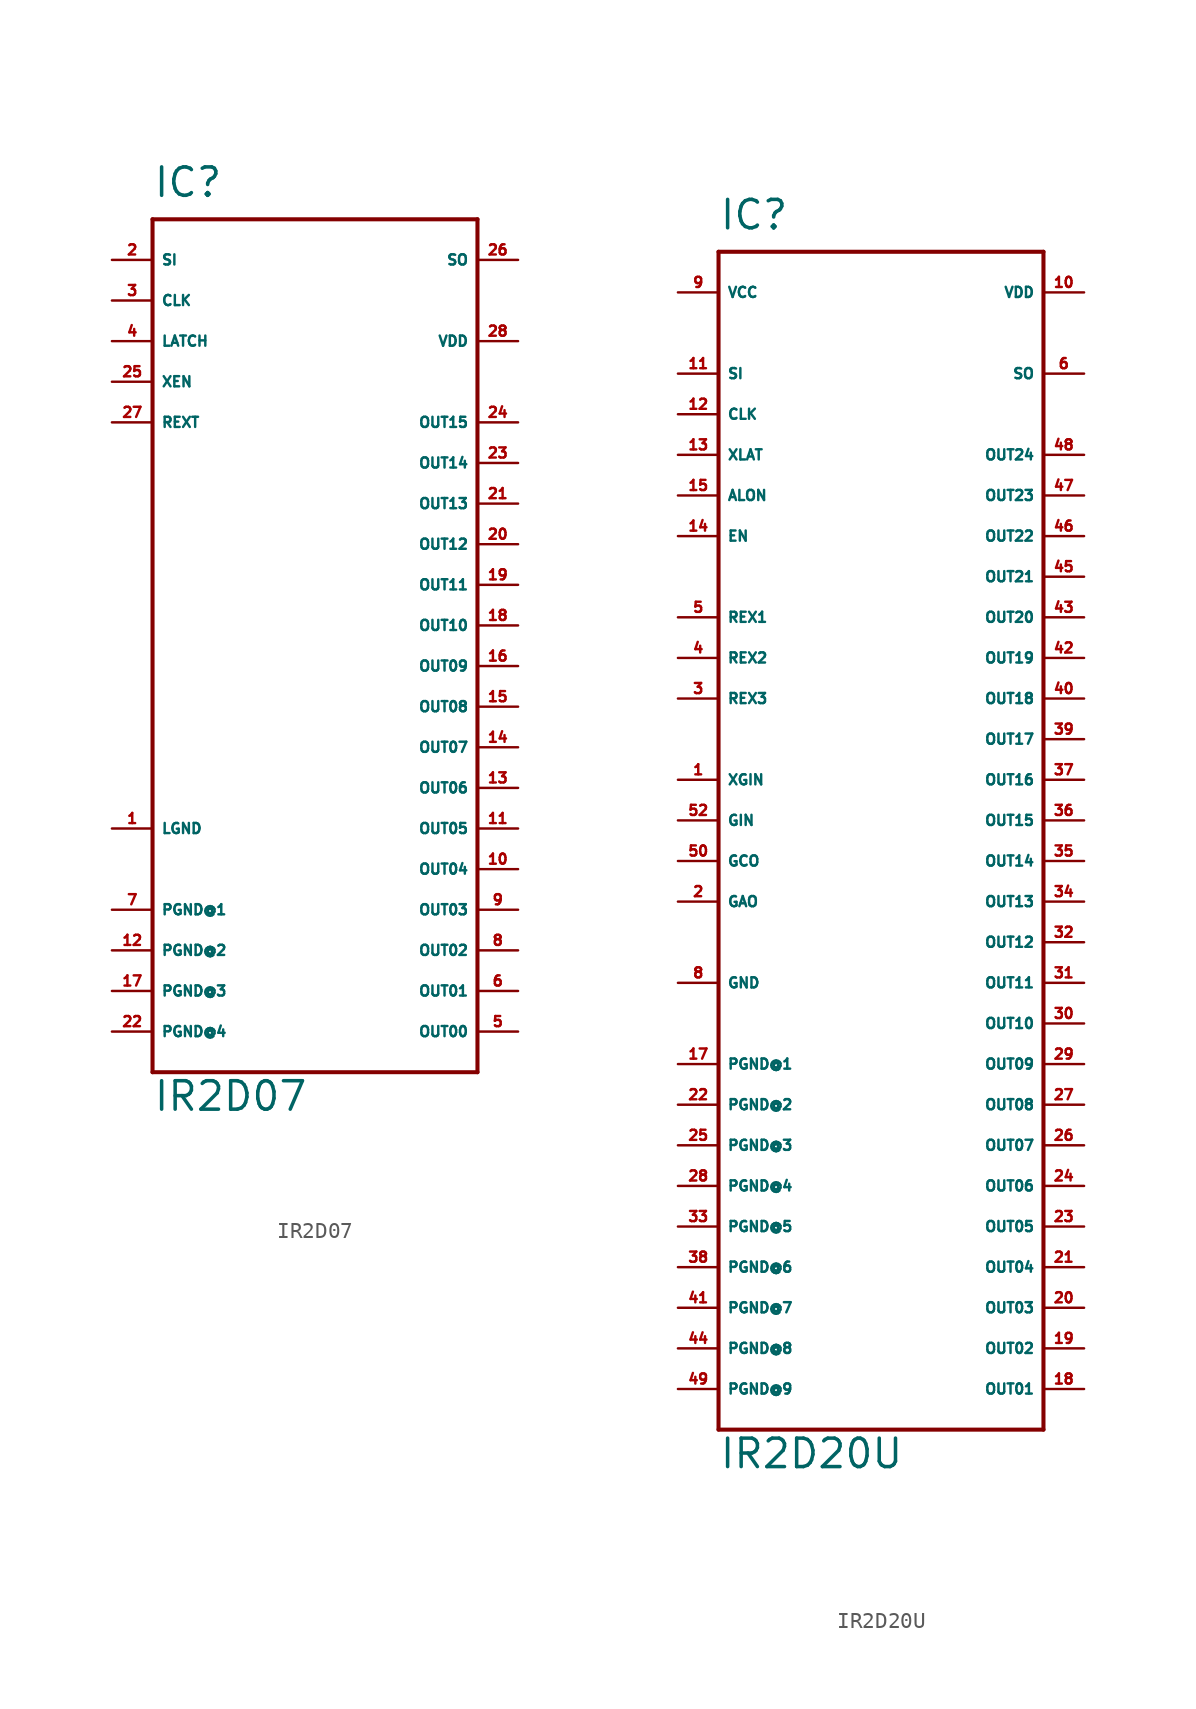
<source format=kicad_sym>
(kicad_symbol_lib
  (version 20220914)
  (generator Eagle2Kicad)
  (symbol "IR2D07"
    (property "Reference" "IC"
      (at -10.16 26.67 0)
      (effects (font (size 1.778 1.778) (thickness 0.22)) (justify left bottom)))
    (property "Value" "IR2D07"
      (at -10.16 -30.48 0)
      (effects (font (size 1.778 1.778) (thickness 0.22)) (justify left bottom)))
    (polyline
      (pts (xy -10.16 25.4) (xy 10.16 25.4))
      (stroke (width 0.254) (type default))
      (fill (type none)))
    (polyline
      (pts (xy 10.16 25.4) (xy 10.16 -27.94))
      (stroke (width 0.254) (type default))
      (fill (type none)))
    (polyline
      (pts (xy 10.16 -27.94) (xy -10.16 -27.94))
      (stroke (width 0.254) (type default))
      (fill (type none)))
    (polyline
      (pts (xy -10.16 -27.94) (xy -10.16 25.4))
      (stroke (width 0.254) (type default))
      (fill (type none)))
    (pin input line
      (at -12.7 22.86 0)
      (length 2.54)
      (name "SI" (effects (font (size 0.635 0.635) (thickness 0.08)) (justify left bottom)))
      (number "2" (effects (font (size 0.635 0.635) (thickness 0.08)) (justify left bottom))))
    (pin output line
      (at 12.7 22.86 180)
      (length 2.54)
      (name "SO" (effects (font (size 0.635 0.635) (thickness 0.08)) (justify left bottom)))
      (number "26" (effects (font (size 0.635 0.635) (thickness 0.08)) (justify left bottom))))
    (pin input line
      (at -12.7 20.32 0)
      (length 2.54)
      (name "CLK" (effects (font (size 0.635 0.635) (thickness 0.08)) (justify left bottom)))
      (number "3" (effects (font (size 0.635 0.635) (thickness 0.08)) (justify left bottom))))
    (pin input line
      (at -12.7 17.78 0)
      (length 2.54)
      (name "LATCH" (effects (font (size 0.635 0.635) (thickness 0.08)) (justify left bottom)))
      (number "4" (effects (font (size 0.635 0.635) (thickness 0.08)) (justify left bottom))))
    (pin input line
      (at -12.7 15.24 0)
      (length 2.54)
      (name "XEN" (effects (font (size 0.635 0.635) (thickness 0.08)) (justify left bottom)))
      (number "25" (effects (font (size 0.635 0.635) (thickness 0.08)) (justify left bottom))))
    (pin input line
      (at -12.7 12.7 0)
      (length 2.54)
      (name "REXT" (effects (font (size 0.635 0.635) (thickness 0.08)) (justify left bottom)))
      (number "27" (effects (font (size 0.635 0.635) (thickness 0.08)) (justify left bottom))))
    (pin output line
      (at 12.7 -25.4 180)
      (length 2.54)
      (name "OUT00" (effects (font (size 0.635 0.635) (thickness 0.08)) (justify left bottom)))
      (number "5" (effects (font (size 0.635 0.635) (thickness 0.08)) (justify left bottom))))
    (pin unspecified line
      (at 12.7 17.78 180)
      (length 2.54)
      (name "VDD" (effects (font (size 0.635 0.635) (thickness 0.08)) (justify left bottom)))
      (number "28" (effects (font (size 0.635 0.635) (thickness 0.08)) (justify left bottom))))
    (pin unspecified line
      (at -12.7 -12.7 0)
      (length 2.54)
      (name "LGND" (effects (font (size 0.635 0.635) (thickness 0.08)) (justify left bottom)))
      (number "1" (effects (font (size 0.635 0.635) (thickness 0.08)) (justify left bottom))))
    (pin unspecified line
      (at -12.7 -17.78 0)
      (length 2.54)
      (name "PGND@1" (effects (font (size 0.635 0.635) (thickness 0.08)) (justify left bottom)))
      (number "7" (effects (font (size 0.635 0.635) (thickness 0.08)) (justify left bottom))))
    (pin output line
      (at 12.7 -22.86 180)
      (length 2.54)
      (name "OUT01" (effects (font (size 0.635 0.635) (thickness 0.08)) (justify left bottom)))
      (number "6" (effects (font (size 0.635 0.635) (thickness 0.08)) (justify left bottom))))
    (pin output line
      (at 12.7 -20.32 180)
      (length 2.54)
      (name "OUT02" (effects (font (size 0.635 0.635) (thickness 0.08)) (justify left bottom)))
      (number "8" (effects (font (size 0.635 0.635) (thickness 0.08)) (justify left bottom))))
    (pin output line
      (at 12.7 -17.78 180)
      (length 2.54)
      (name "OUT03" (effects (font (size 0.635 0.635) (thickness 0.08)) (justify left bottom)))
      (number "9" (effects (font (size 0.635 0.635) (thickness 0.08)) (justify left bottom))))
    (pin output line
      (at 12.7 -15.24 180)
      (length 2.54)
      (name "OUT04" (effects (font (size 0.635 0.635) (thickness 0.08)) (justify left bottom)))
      (number "10" (effects (font (size 0.635 0.635) (thickness 0.08)) (justify left bottom))))
    (pin output line
      (at 12.7 -12.7 180)
      (length 2.54)
      (name "OUT05" (effects (font (size 0.635 0.635) (thickness 0.08)) (justify left bottom)))
      (number "11" (effects (font (size 0.635 0.635) (thickness 0.08)) (justify left bottom))))
    (pin output line
      (at 12.7 -10.16 180)
      (length 2.54)
      (name "OUT06" (effects (font (size 0.635 0.635) (thickness 0.08)) (justify left bottom)))
      (number "13" (effects (font (size 0.635 0.635) (thickness 0.08)) (justify left bottom))))
    (pin output line
      (at 12.7 -7.62 180)
      (length 2.54)
      (name "OUT07" (effects (font (size 0.635 0.635) (thickness 0.08)) (justify left bottom)))
      (number "14" (effects (font (size 0.635 0.635) (thickness 0.08)) (justify left bottom))))
    (pin output line
      (at 12.7 -5.08 180)
      (length 2.54)
      (name "OUT08" (effects (font (size 0.635 0.635) (thickness 0.08)) (justify left bottom)))
      (number "15" (effects (font (size 0.635 0.635) (thickness 0.08)) (justify left bottom))))
    (pin output line
      (at 12.7 -2.54 180)
      (length 2.54)
      (name "OUT09" (effects (font (size 0.635 0.635) (thickness 0.08)) (justify left bottom)))
      (number "16" (effects (font (size 0.635 0.635) (thickness 0.08)) (justify left bottom))))
    (pin output line
      (at 12.7 0 180)
      (length 2.54)
      (name "OUT10" (effects (font (size 0.635 0.635) (thickness 0.08)) (justify left bottom)))
      (number "18" (effects (font (size 0.635 0.635) (thickness 0.08)) (justify left bottom))))
    (pin output line
      (at 12.7 2.54 180)
      (length 2.54)
      (name "OUT11" (effects (font (size 0.635 0.635) (thickness 0.08)) (justify left bottom)))
      (number "19" (effects (font (size 0.635 0.635) (thickness 0.08)) (justify left bottom))))
    (pin output line
      (at 12.7 5.08 180)
      (length 2.54)
      (name "OUT12" (effects (font (size 0.635 0.635) (thickness 0.08)) (justify left bottom)))
      (number "20" (effects (font (size 0.635 0.635) (thickness 0.08)) (justify left bottom))))
    (pin output line
      (at 12.7 7.62 180)
      (length 2.54)
      (name "OUT13" (effects (font (size 0.635 0.635) (thickness 0.08)) (justify left bottom)))
      (number "21" (effects (font (size 0.635 0.635) (thickness 0.08)) (justify left bottom))))
    (pin output line
      (at 12.7 10.16 180)
      (length 2.54)
      (name "OUT14" (effects (font (size 0.635 0.635) (thickness 0.08)) (justify left bottom)))
      (number "23" (effects (font (size 0.635 0.635) (thickness 0.08)) (justify left bottom))))
    (pin output line
      (at 12.7 12.7 180)
      (length 2.54)
      (name "OUT15" (effects (font (size 0.635 0.635) (thickness 0.08)) (justify left bottom)))
      (number "24" (effects (font (size 0.635 0.635) (thickness 0.08)) (justify left bottom))))
    (pin unspecified line
      (at -12.7 -20.32 0)
      (length 2.54)
      (name "PGND@2" (effects (font (size 0.635 0.635) (thickness 0.08)) (justify left bottom)))
      (number "12" (effects (font (size 0.635 0.635) (thickness 0.08)) (justify left bottom))))
    (pin unspecified line
      (at -12.7 -22.86 0)
      (length 2.54)
      (name "PGND@3" (effects (font (size 0.635 0.635) (thickness 0.08)) (justify left bottom)))
      (number "17" (effects (font (size 0.635 0.635) (thickness 0.08)) (justify left bottom))))
    (pin unspecified line
      (at -12.7 -25.4 0)
      (length 2.54)
      (name "PGND@4" (effects (font (size 0.635 0.635) (thickness 0.08)) (justify left bottom)))
      (number "22" (effects (font (size 0.635 0.635) (thickness 0.08)) (justify left bottom)))))
  (symbol "IR2D20U"
    (property "Reference" "IC"
      (at -10.16 36.83 0)
      (effects (font (size 1.778 1.778) (thickness 0.22)) (justify left bottom)))
    (property "Value" "IR2D20U"
      (at -10.16 -40.64 0)
      (effects (font (size 1.778 1.778) (thickness 0.22)) (justify left bottom)))
    (polyline
      (pts (xy -10.16 35.56) (xy 10.16 35.56))
      (stroke (width 0.254) (type default))
      (fill (type none)))
    (polyline
      (pts (xy 10.16 35.56) (xy 10.16 -38.1))
      (stroke (width 0.254) (type default))
      (fill (type none)))
    (polyline
      (pts (xy 10.16 -38.1) (xy -10.16 -38.1))
      (stroke (width 0.254) (type default))
      (fill (type none)))
    (polyline
      (pts (xy -10.16 -38.1) (xy -10.16 35.56))
      (stroke (width 0.254) (type default))
      (fill (type none)))
    (pin input line
      (at -12.7 27.94 0)
      (length 2.54)
      (name "SI" (effects (font (size 0.635 0.635) (thickness 0.08)) (justify left bottom)))
      (number "11" (effects (font (size 0.635 0.635) (thickness 0.08)) (justify left bottom))))
    (pin output line
      (at 12.7 27.94 180)
      (length 2.54)
      (name "SO" (effects (font (size 0.635 0.635) (thickness 0.08)) (justify left bottom)))
      (number "6" (effects (font (size 0.635 0.635) (thickness 0.08)) (justify left bottom))))
    (pin input line
      (at -12.7 25.4 0)
      (length 2.54)
      (name "CLK" (effects (font (size 0.635 0.635) (thickness 0.08)) (justify left bottom)))
      (number "12" (effects (font (size 0.635 0.635) (thickness 0.08)) (justify left bottom))))
    (pin input line
      (at -12.7 22.86 0)
      (length 2.54)
      (name "XLAT" (effects (font (size 0.635 0.635) (thickness 0.08)) (justify left bottom)))
      (number "13" (effects (font (size 0.635 0.635) (thickness 0.08)) (justify left bottom))))
    (pin input line
      (at -12.7 20.32 0)
      (length 2.54)
      (name "ALON" (effects (font (size 0.635 0.635) (thickness 0.08)) (justify left bottom)))
      (number "15" (effects (font (size 0.635 0.635) (thickness 0.08)) (justify left bottom))))
    (pin input line
      (at -12.7 17.78 0)
      (length 2.54)
      (name "EN" (effects (font (size 0.635 0.635) (thickness 0.08)) (justify left bottom)))
      (number "14" (effects (font (size 0.635 0.635) (thickness 0.08)) (justify left bottom))))
    (pin unspecified line
      (at -12.7 33.02 0)
      (length 2.54)
      (name "VCC" (effects (font (size 0.635 0.635) (thickness 0.08)) (justify left bottom)))
      (number "9" (effects (font (size 0.635 0.635) (thickness 0.08)) (justify left bottom))))
    (pin unspecified line
      (at 12.7 33.02 180)
      (length 2.54)
      (name "VDD" (effects (font (size 0.635 0.635) (thickness 0.08)) (justify left bottom)))
      (number "10" (effects (font (size 0.635 0.635) (thickness 0.08)) (justify left bottom))))
    (pin unspecified line
      (at -12.7 -10.16 0)
      (length 2.54)
      (name "GND" (effects (font (size 0.635 0.635) (thickness 0.08)) (justify left bottom)))
      (number "8" (effects (font (size 0.635 0.635) (thickness 0.08)) (justify left bottom))))
    (pin input line
      (at -12.7 12.7 0)
      (length 2.54)
      (name "REX1" (effects (font (size 0.635 0.635) (thickness 0.08)) (justify left bottom)))
      (number "5" (effects (font (size 0.635 0.635) (thickness 0.08)) (justify left bottom))))
    (pin input line
      (at -12.7 10.16 0)
      (length 2.54)
      (name "REX2" (effects (font (size 0.635 0.635) (thickness 0.08)) (justify left bottom)))
      (number "4" (effects (font (size 0.635 0.635) (thickness 0.08)) (justify left bottom))))
    (pin input line
      (at -12.7 7.62 0)
      (length 2.54)
      (name "REX3" (effects (font (size 0.635 0.635) (thickness 0.08)) (justify left bottom)))
      (number "3" (effects (font (size 0.635 0.635) (thickness 0.08)) (justify left bottom))))
    (pin input line
      (at -12.7 2.54 0)
      (length 2.54)
      (name "XGIN" (effects (font (size 0.635 0.635) (thickness 0.08)) (justify left bottom)))
      (number "1" (effects (font (size 0.635 0.635) (thickness 0.08)) (justify left bottom))))
    (pin input line
      (at -12.7 0 0)
      (length 2.54)
      (name "GIN" (effects (font (size 0.635 0.635) (thickness 0.08)) (justify left bottom)))
      (number "52" (effects (font (size 0.635 0.635) (thickness 0.08)) (justify left bottom))))
    (pin input line
      (at -12.7 -2.54 0)
      (length 2.54)
      (name "GCO" (effects (font (size 0.635 0.635) (thickness 0.08)) (justify left bottom)))
      (number "50" (effects (font (size 0.635 0.635) (thickness 0.08)) (justify left bottom))))
    (pin input line
      (at -12.7 -5.08 0)
      (length 2.54)
      (name "GAO" (effects (font (size 0.635 0.635) (thickness 0.08)) (justify left bottom)))
      (number "2" (effects (font (size 0.635 0.635) (thickness 0.08)) (justify left bottom))))
    (pin unspecified line
      (at -12.7 -15.24 0)
      (length 2.54)
      (name "PGND@1" (effects (font (size 0.635 0.635) (thickness 0.08)) (justify left bottom)))
      (number "17" (effects (font (size 0.635 0.635) (thickness 0.08)) (justify left bottom))))
    (pin output line
      (at 12.7 -35.56 180)
      (length 2.54)
      (name "OUT01" (effects (font (size 0.635 0.635) (thickness 0.08)) (justify left bottom)))
      (number "18" (effects (font (size 0.635 0.635) (thickness 0.08)) (justify left bottom))))
    (pin output line
      (at 12.7 -33.02 180)
      (length 2.54)
      (name "OUT02" (effects (font (size 0.635 0.635) (thickness 0.08)) (justify left bottom)))
      (number "19" (effects (font (size 0.635 0.635) (thickness 0.08)) (justify left bottom))))
    (pin output line
      (at 12.7 -30.48 180)
      (length 2.54)
      (name "OUT03" (effects (font (size 0.635 0.635) (thickness 0.08)) (justify left bottom)))
      (number "20" (effects (font (size 0.635 0.635) (thickness 0.08)) (justify left bottom))))
    (pin output line
      (at 12.7 -27.94 180)
      (length 2.54)
      (name "OUT04" (effects (font (size 0.635 0.635) (thickness 0.08)) (justify left bottom)))
      (number "21" (effects (font (size 0.635 0.635) (thickness 0.08)) (justify left bottom))))
    (pin output line
      (at 12.7 -25.4 180)
      (length 2.54)
      (name "OUT05" (effects (font (size 0.635 0.635) (thickness 0.08)) (justify left bottom)))
      (number "23" (effects (font (size 0.635 0.635) (thickness 0.08)) (justify left bottom))))
    (pin output line
      (at 12.7 -22.86 180)
      (length 2.54)
      (name "OUT06" (effects (font (size 0.635 0.635) (thickness 0.08)) (justify left bottom)))
      (number "24" (effects (font (size 0.635 0.635) (thickness 0.08)) (justify left bottom))))
    (pin output line
      (at 12.7 -20.32 180)
      (length 2.54)
      (name "OUT07" (effects (font (size 0.635 0.635) (thickness 0.08)) (justify left bottom)))
      (number "26" (effects (font (size 0.635 0.635) (thickness 0.08)) (justify left bottom))))
    (pin output line
      (at 12.7 -17.78 180)
      (length 2.54)
      (name "OUT08" (effects (font (size 0.635 0.635) (thickness 0.08)) (justify left bottom)))
      (number "27" (effects (font (size 0.635 0.635) (thickness 0.08)) (justify left bottom))))
    (pin output line
      (at 12.7 -15.24 180)
      (length 2.54)
      (name "OUT09" (effects (font (size 0.635 0.635) (thickness 0.08)) (justify left bottom)))
      (number "29" (effects (font (size 0.635 0.635) (thickness 0.08)) (justify left bottom))))
    (pin output line
      (at 12.7 -12.7 180)
      (length 2.54)
      (name "OUT10" (effects (font (size 0.635 0.635) (thickness 0.08)) (justify left bottom)))
      (number "30" (effects (font (size 0.635 0.635) (thickness 0.08)) (justify left bottom))))
    (pin output line
      (at 12.7 -10.16 180)
      (length 2.54)
      (name "OUT11" (effects (font (size 0.635 0.635) (thickness 0.08)) (justify left bottom)))
      (number "31" (effects (font (size 0.635 0.635) (thickness 0.08)) (justify left bottom))))
    (pin output line
      (at 12.7 -7.62 180)
      (length 2.54)
      (name "OUT12" (effects (font (size 0.635 0.635) (thickness 0.08)) (justify left bottom)))
      (number "32" (effects (font (size 0.635 0.635) (thickness 0.08)) (justify left bottom))))
    (pin output line
      (at 12.7 -5.08 180)
      (length 2.54)
      (name "OUT13" (effects (font (size 0.635 0.635) (thickness 0.08)) (justify left bottom)))
      (number "34" (effects (font (size 0.635 0.635) (thickness 0.08)) (justify left bottom))))
    (pin output line
      (at 12.7 -2.54 180)
      (length 2.54)
      (name "OUT14" (effects (font (size 0.635 0.635) (thickness 0.08)) (justify left bottom)))
      (number "35" (effects (font (size 0.635 0.635) (thickness 0.08)) (justify left bottom))))
    (pin output line
      (at 12.7 0 180)
      (length 2.54)
      (name "OUT15" (effects (font (size 0.635 0.635) (thickness 0.08)) (justify left bottom)))
      (number "36" (effects (font (size 0.635 0.635) (thickness 0.08)) (justify left bottom))))
    (pin output line
      (at 12.7 2.54 180)
      (length 2.54)
      (name "OUT16" (effects (font (size 0.635 0.635) (thickness 0.08)) (justify left bottom)))
      (number "37" (effects (font (size 0.635 0.635) (thickness 0.08)) (justify left bottom))))
    (pin output line
      (at 12.7 5.08 180)
      (length 2.54)
      (name "OUT17" (effects (font (size 0.635 0.635) (thickness 0.08)) (justify left bottom)))
      (number "39" (effects (font (size 0.635 0.635) (thickness 0.08)) (justify left bottom))))
    (pin output line
      (at 12.7 7.62 180)
      (length 2.54)
      (name "OUT18" (effects (font (size 0.635 0.635) (thickness 0.08)) (justify left bottom)))
      (number "40" (effects (font (size 0.635 0.635) (thickness 0.08)) (justify left bottom))))
    (pin unspecified line
      (at -12.7 -17.78 0)
      (length 2.54)
      (name "PGND@2" (effects (font (size 0.635 0.635) (thickness 0.08)) (justify left bottom)))
      (number "22" (effects (font (size 0.635 0.635) (thickness 0.08)) (justify left bottom))))
    (pin unspecified line
      (at -12.7 -20.32 0)
      (length 2.54)
      (name "PGND@3" (effects (font (size 0.635 0.635) (thickness 0.08)) (justify left bottom)))
      (number "25" (effects (font (size 0.635 0.635) (thickness 0.08)) (justify left bottom))))
    (pin unspecified line
      (at -12.7 -22.86 0)
      (length 2.54)
      (name "PGND@4" (effects (font (size 0.635 0.635) (thickness 0.08)) (justify left bottom)))
      (number "28" (effects (font (size 0.635 0.635) (thickness 0.08)) (justify left bottom))))
    (pin unspecified line
      (at -12.7 -25.4 0)
      (length 2.54)
      (name "PGND@5" (effects (font (size 0.635 0.635) (thickness 0.08)) (justify left bottom)))
      (number "33" (effects (font (size 0.635 0.635) (thickness 0.08)) (justify left bottom))))
    (pin unspecified line
      (at -12.7 -27.94 0)
      (length 2.54)
      (name "PGND@6" (effects (font (size 0.635 0.635) (thickness 0.08)) (justify left bottom)))
      (number "38" (effects (font (size 0.635 0.635) (thickness 0.08)) (justify left bottom))))
    (pin unspecified line
      (at -12.7 -30.48 0)
      (length 2.54)
      (name "PGND@7" (effects (font (size 0.635 0.635) (thickness 0.08)) (justify left bottom)))
      (number "41" (effects (font (size 0.635 0.635) (thickness 0.08)) (justify left bottom))))
    (pin output line
      (at 12.7 10.16 180)
      (length 2.54)
      (name "OUT19" (effects (font (size 0.635 0.635) (thickness 0.08)) (justify left bottom)))
      (number "42" (effects (font (size 0.635 0.635) (thickness 0.08)) (justify left bottom))))
    (pin output line
      (at 12.7 12.7 180)
      (length 2.54)
      (name "OUT20" (effects (font (size 0.635 0.635) (thickness 0.08)) (justify left bottom)))
      (number "43" (effects (font (size 0.635 0.635) (thickness 0.08)) (justify left bottom))))
    (pin output line
      (at 12.7 15.24 180)
      (length 2.54)
      (name "OUT21" (effects (font (size 0.635 0.635) (thickness 0.08)) (justify left bottom)))
      (number "45" (effects (font (size 0.635 0.635) (thickness 0.08)) (justify left bottom))))
    (pin output line
      (at 12.7 17.78 180)
      (length 2.54)
      (name "OUT22" (effects (font (size 0.635 0.635) (thickness 0.08)) (justify left bottom)))
      (number "46" (effects (font (size 0.635 0.635) (thickness 0.08)) (justify left bottom))))
    (pin output line
      (at 12.7 20.32 180)
      (length 2.54)
      (name "OUT23" (effects (font (size 0.635 0.635) (thickness 0.08)) (justify left bottom)))
      (number "47" (effects (font (size 0.635 0.635) (thickness 0.08)) (justify left bottom))))
    (pin output line
      (at 12.7 22.86 180)
      (length 2.54)
      (name "OUT24" (effects (font (size 0.635 0.635) (thickness 0.08)) (justify left bottom)))
      (number "48" (effects (font (size 0.635 0.635) (thickness 0.08)) (justify left bottom))))
    (pin unspecified line
      (at -12.7 -33.02 0)
      (length 2.54)
      (name "PGND@8" (effects (font (size 0.635 0.635) (thickness 0.08)) (justify left bottom)))
      (number "44" (effects (font (size 0.635 0.635) (thickness 0.08)) (justify left bottom))))
    (pin unspecified line
      (at -12.7 -35.56 0)
      (length 2.54)
      (name "PGND@9" (effects (font (size 0.635 0.635) (thickness 0.08)) (justify left bottom)))
      (number "49" (effects (font (size 0.635 0.635) (thickness 0.08)) (justify left bottom))))))
</source>
